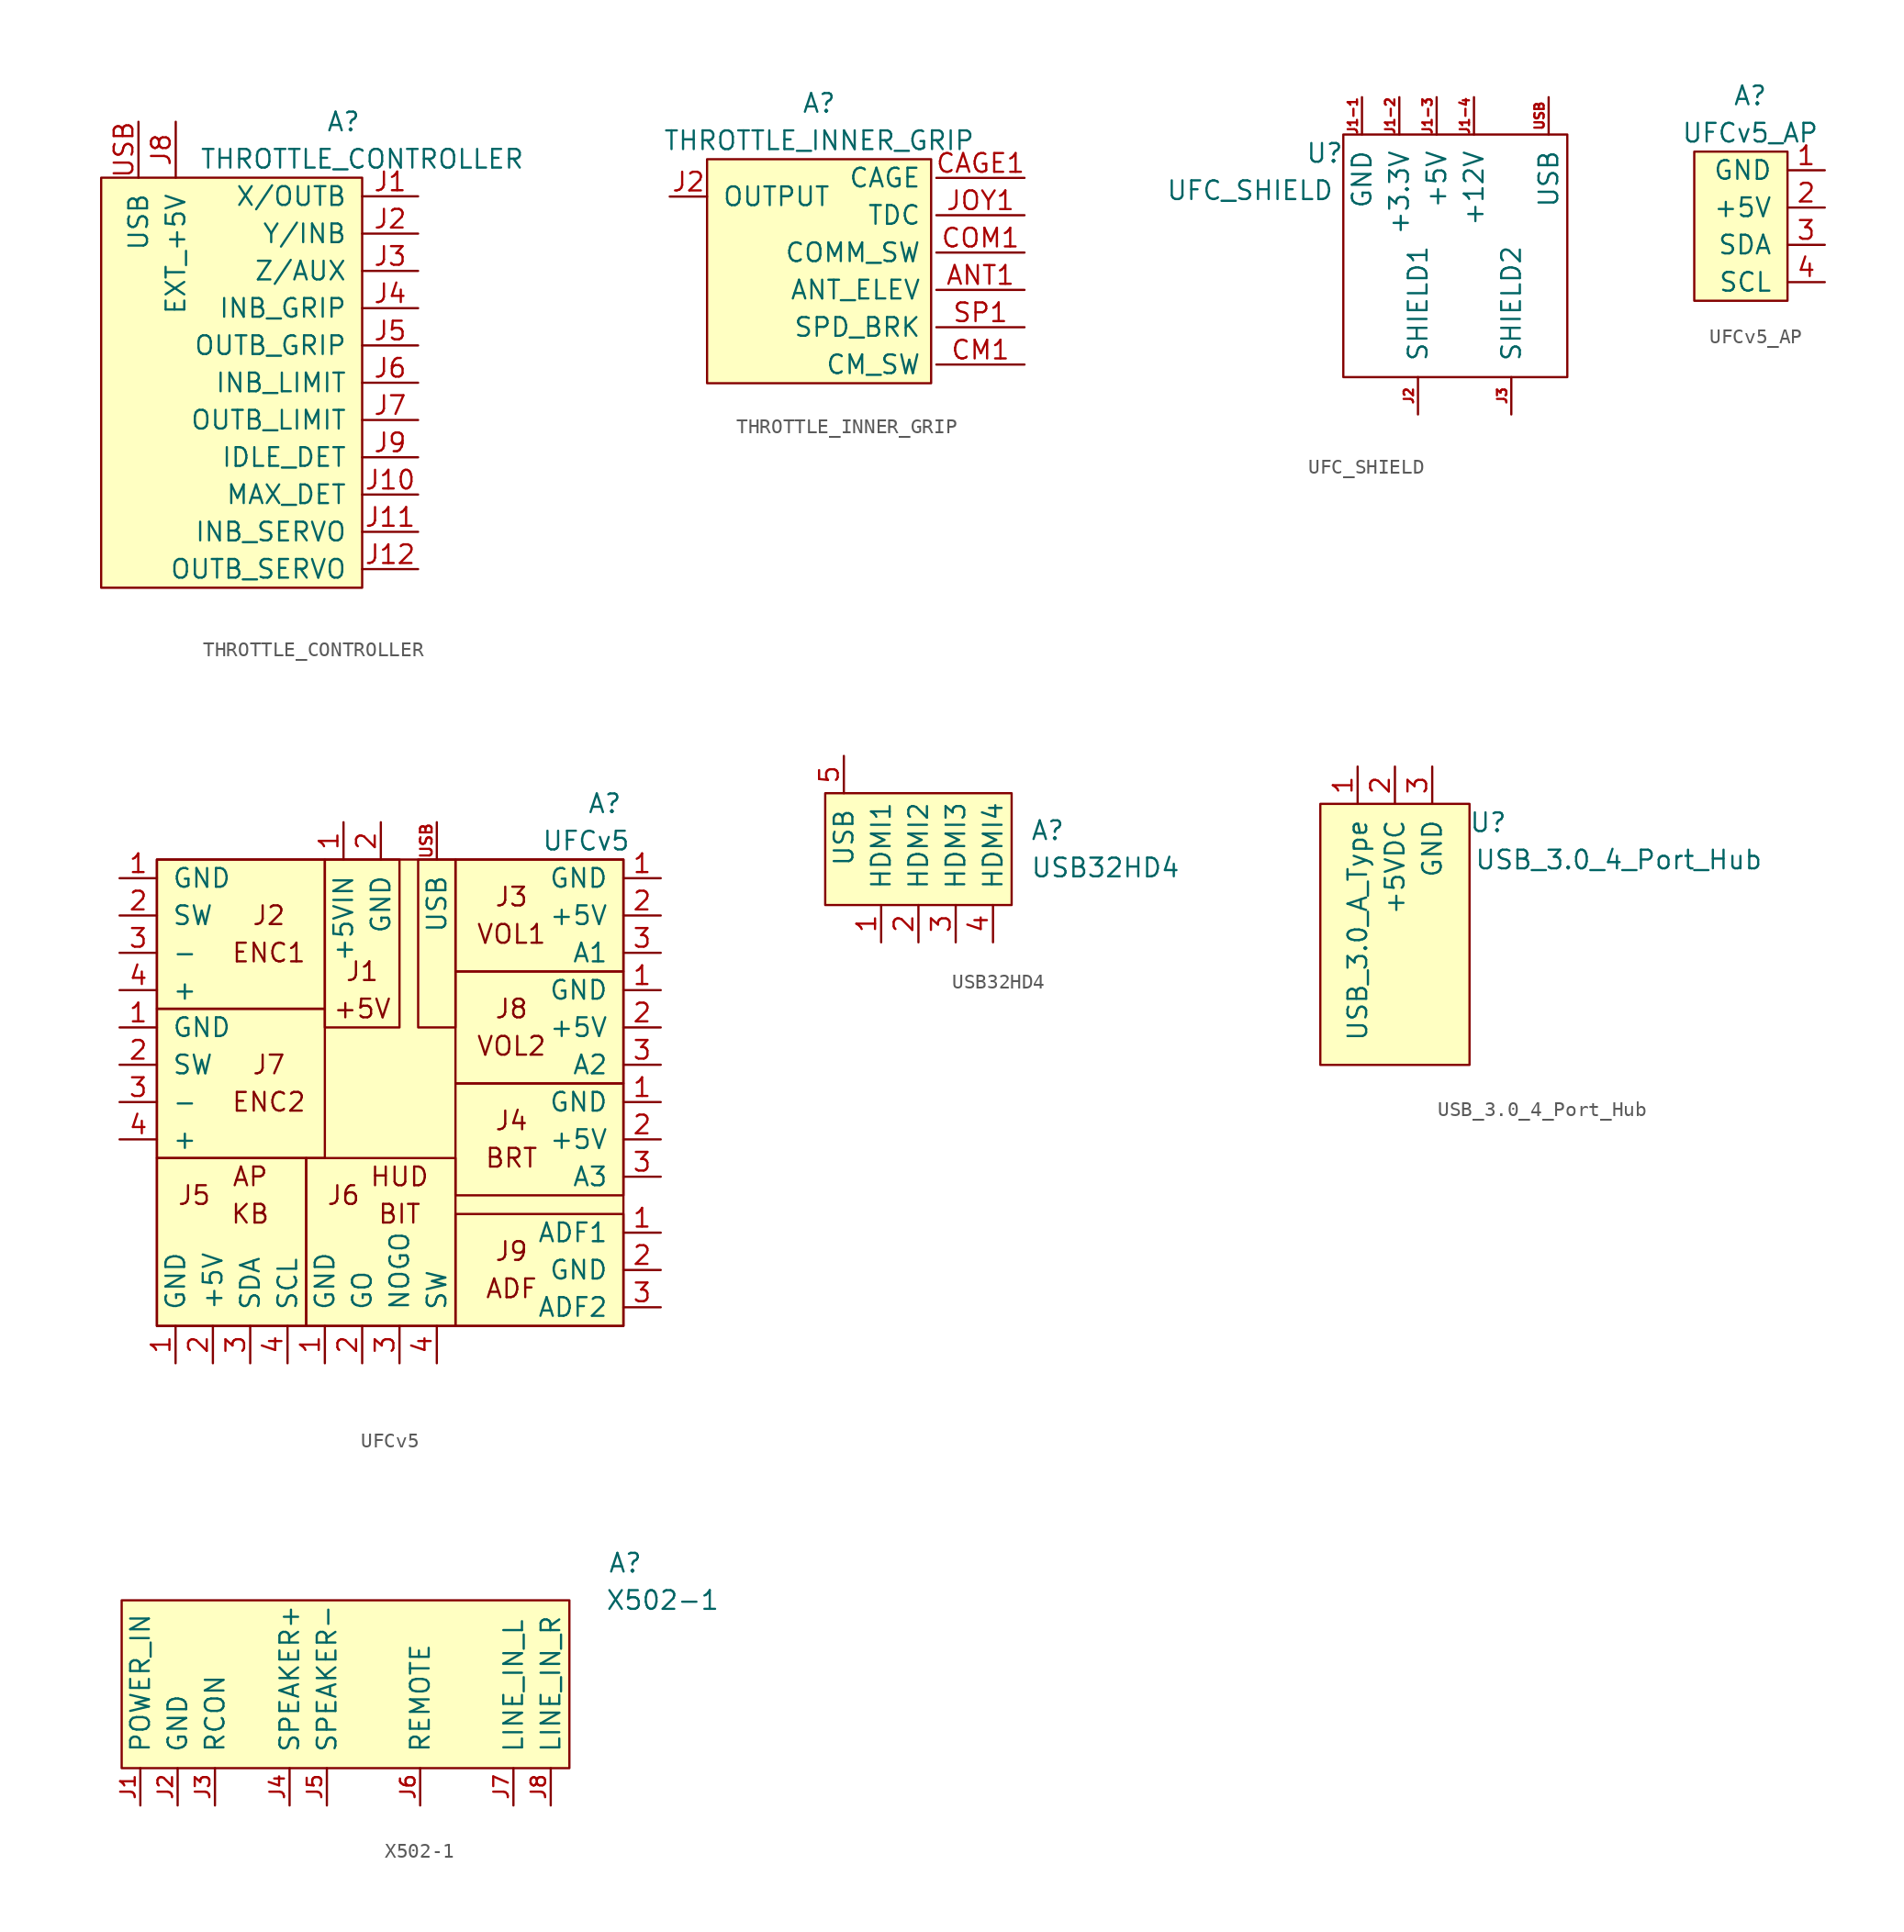
<source format=kicad_sym>
(kicad_symbol_lib
  (version 20211014)
  (generator kicad_symbol_editor)
  (symbol "THROTTLE_CONTROLLER"
    (pin_names
      (offset 1.016))
    (property "Reference" "A"
      (at 6.35 16.51 0)
      (effects (font (size 1.27 1.27))))
    (property "Value" "THROTTLE_CONTROLLER"
      (at 7.62 13.97 0)
      (effects (font (size 1.27 1.27))))
    (symbol "THROTTLE_CONTROLLER_0_0"
      (pin unspecified line (at 11.43 11.43 180) (length 3.81) (name "X/OUTB" (effects (font (size 1.27 1.27)))) (number "J1" (effects (font (size 1.27 1.27)))))
      (pin unspecified line (at 11.43 -8.89 180) (length 3.81) (name "MAX_DET" (effects (font (size 1.27 1.27)))) (number "J10" (effects (font (size 1.27 1.27)))))
      (pin unspecified line (at 11.43 -11.43 180) (length 3.81) (name "INB_SERVO" (effects (font (size 1.27 1.27)))) (number "J11" (effects (font (size 1.27 1.27)))))
      (pin unspecified line (at 11.43 -13.97 180) (length 3.81) (name "OUTB_SERVO" (effects (font (size 1.27 1.27)))) (number "J12" (effects (font (size 1.27 1.27)))))
      (pin unspecified line (at 11.43 8.89 180) (length 3.81) (name "Y/INB" (effects (font (size 1.27 1.27)))) (number "J2" (effects (font (size 1.27 1.27)))))
      (pin unspecified line (at 11.43 6.35 180) (length 3.81) (name "Z/AUX" (effects (font (size 1.27 1.27)))) (number "J3" (effects (font (size 1.27 1.27)))))
      (pin unspecified line (at 11.43 3.81 180) (length 3.81) (name "INB_GRIP" (effects (font (size 1.27 1.27)))) (number "J4" (effects (font (size 1.27 1.27)))))
      (pin unspecified line (at 11.43 1.27 180) (length 3.81) (name "OUTB_GRIP" (effects (font (size 1.27 1.27)))) (number "J5" (effects (font (size 1.27 1.27)))))
      (pin unspecified line (at 11.43 -1.27 180) (length 3.81) (name "INB_LIMIT" (effects (font (size 1.27 1.27)))) (number "J6" (effects (font (size 1.27 1.27)))))
      (pin unspecified line (at 11.43 -3.81 180) (length 3.81) (name "OUTB_LIMIT" (effects (font (size 1.27 1.27)))) (number "J7" (effects (font (size 1.27 1.27)))))
      (pin unspecified line (at -5.08 16.51 270) (length 3.81) (name "EXT_+5V" (effects (font (size 1.27 1.27)))) (number "J8" (effects (font (size 1.27 1.27)))))
      (pin unspecified line (at 11.43 -6.35 180) (length 3.81) (name "IDLE_DET" (effects (font (size 1.27 1.27)))) (number "J9" (effects (font (size 1.27 1.27)))))
      (pin unspecified line (at -7.62 16.51 270) (length 3.81) (name "USB" (effects (font (size 1.27 1.27)))) (number "USB" (effects (font (size 1.27 1.27))))))
    (symbol "THROTTLE_CONTROLLER_0_1"
      (rectangle (start -10.16 12.7) (end 7.62 -15.24) (stroke (width 0) (type default) (color 0 0 0 0)) (fill (type background)))))
  (symbol "THROTTLE_INNER_GRIP"
    (pin_names
      (offset 1.016))
    (property "Reference" "A"
      (at 0 11.43 0)
      (effects (font (size 1.27 1.27))))
    (property "Value" "THROTTLE_INNER_GRIP"
      (at 0 8.89 0)
      (effects (font (size 1.27 1.27))))
    (symbol "THROTTLE_INNER_GRIP_0_0"
      (pin unspecified line (at 13.97 -1.27 180) (length 5.994) (name "ANT_ELEV" (effects (font (size 1.27 1.27)))) (number "ANT1" (effects (font (size 1.27 1.27)))))
      (pin unspecified line (at 13.97 6.35 180) (length 5.994) (name "CAGE" (effects (font (size 1.27 1.27)))) (number "CAGE1" (effects (font (size 1.27 1.27)))))
      (pin unspecified line (at 13.97 -6.35 180) (length 5.994) (name "CM_SW" (effects (font (size 1.27 1.27)))) (number "CM1" (effects (font (size 1.27 1.27)))))
      (pin unspecified line (at 13.97 1.27 180) (length 5.994) (name "COMM_SW" (effects (font (size 1.27 1.27)))) (number "COM1" (effects (font (size 1.27 1.27)))))
      (pin unspecified line (at -10.16 5.08 0) (length 2.54) (name "OUTPUT" (effects (font (size 1.27 1.27)))) (number "J2" (effects (font (size 1.27 1.27)))))
      (pin unspecified line (at 13.97 3.81 180) (length 5.994) (name "TDC" (effects (font (size 1.27 1.27)))) (number "JOY1" (effects (font (size 1.27 1.27)))))
      (pin unspecified line (at 13.97 -3.81 180) (length 5.994) (name "SPD_BRK" (effects (font (size 1.27 1.27)))) (number "SP1" (effects (font (size 1.27 1.27))))))
    (symbol "THROTTLE_INNER_GRIP_0_1"
      (rectangle (start -7.62 7.62) (end 7.62 -7.62) (stroke (width 0) (type default) (color 0 0 0 0)) (fill (type background)))))
  (symbol "UFC_SHIELD"
    (pin_names
      (offset 1.016))
    (property "Reference" "U"
      (at -8.89 6.35 0)
      (effects (font (size 1.27 1.27))))
    (property "Value" "UFC_SHIELD"
      (at -13.97 3.81 0)
      (effects (font (size 1.27 1.27))))
    (symbol "UFC_SHIELD_0_0"
      (pin power_out line (at -6.35 10.16 270) (length 2.54) (name "GND" (effects (font (size 1.27 1.27)))) (number "J1-1" (effects (font (size 0.635 0.635)))))
      (pin power_in line (at -3.81 10.16 270) (length 2.54) (name "+3.3V" (effects (font (size 1.27 1.27)))) (number "J1-2" (effects (font (size 0.635 0.635)))))
      (pin power_in line (at -1.27 10.16 270) (length 2.54) (name "+5V" (effects (font (size 1.27 1.27)))) (number "J1-3" (effects (font (size 0.635 0.635)))))
      (pin power_in line (at 1.27 10.16 270) (length 2.54) (name "+12V" (effects (font (size 1.27 1.27)))) (number "J1-4" (effects (font (size 0.635 0.635)))))
      (pin bidirectional line (at -2.54 -11.43 90) (length 2.54) (name "SHIELD1" (effects (font (size 1.27 1.27)))) (number "J2" (effects (font (size 0.635 0.635)))))
      (pin bidirectional line (at 3.81 -11.43 90) (length 2.54) (name "SHIELD2" (effects (font (size 1.27 1.27)))) (number "J3" (effects (font (size 0.635 0.635)))))
      (pin bidirectional line (at 6.35 10.16 270) (length 2.54) (name "USB" (effects (font (size 1.27 1.27)))) (number "USB" (effects (font (size 0.635 0.635))))))
    (symbol "UFC_SHIELD_0_1"
      (rectangle (start -7.62 7.62) (end 7.62 -8.89) (stroke (width 0) (type default) (color 0 0 0 0)) (fill (type none)))))
  (symbol "UFCv5_AP"
    (pin_names
      (offset 1.016))
    (property "Reference" "A"
      (at 0 8.89 0)
      (effects (font (size 1.27 1.27))))
    (property "Value" "UFCv5_AP"
      (at 0 6.35 0)
      (effects (font (size 1.27 1.27))))
    (symbol "UFCv5_AP_0_0"
      (rectangle (start 2.54 5.08) (end -3.81 -5.08) (stroke (width 0) (type default) (color 0 0 0 0)) (fill (type background)))
      (pin unspecified line (at 5.08 3.81 180) (length 2.54) (name "GND" (effects (font (size 1.27 1.27)))) (number "1" (effects (font (size 1.27 1.27)))))
      (pin unspecified line (at 5.08 1.27 180) (length 2.54) (name "+5V" (effects (font (size 1.27 1.27)))) (number "2" (effects (font (size 1.27 1.27)))))
      (pin unspecified line (at 5.08 -1.27 180) (length 2.54) (name "SDA" (effects (font (size 1.27 1.27)))) (number "3" (effects (font (size 1.27 1.27)))))
      (pin unspecified line (at 5.08 -3.81 180) (length 2.54) (name "SCL" (effects (font (size 1.27 1.27)))) (number "4" (effects (font (size 1.27 1.27)))))))
  (symbol "UFCv5"
    (pin_names
      (offset 1.016))
    (property "Reference" "A"
      (at 13.97 19.05 0)
      (effects (font (size 1.27 1.27))))
    (property "Value" "UFCv5"
      (at 12.7 16.51 0)
      (effects (font (size 1.27 1.27))))
    (symbol "UFCv5_0_0"
      (rectangle (start -16.51 -16.51) (end -6.35 -5.08) (stroke (width 0) (type default) (color 0 0 0 0)) (fill (type none)))
      (rectangle (start -16.51 5.08) (end -5.08 -5.08) (stroke (width 0) (type default) (color 0 0 0 0)) (fill (type none)))
      (rectangle (start -16.51 15.24) (end -5.08 5.08) (stroke (width 0) (type default) (color 0 0 0 0)) (fill (type none)))
      (rectangle (start -16.51 15.24) (end 15.24 -16.51) (stroke (width 0) (type default) (color 0 0 0 0)) (fill (type background)))
      (rectangle (start -6.35 -16.51) (end 3.81 -5.08) (stroke (width 0) (type default) (color 0 0 0 0)) (fill (type none)))
      (rectangle (start -5.08 15.24) (end 0 3.81) (stroke (width 0) (type default) (color 0 0 0 0)) (fill (type none)))
      (rectangle (start 1.27 15.24) (end 3.81 3.81) (stroke (width 0) (type default) (color 0 0 0 0)) (fill (type none)))
      (rectangle (start 15.24 -8.89) (end 3.81 -16.51) (stroke (width 0) (type default) (color 0 0 0 0)) (fill (type none)))
      (rectangle (start 15.24 0) (end 3.81 -7.62) (stroke (width 0) (type default) (color 0 0 0 0)) (fill (type none)))
      (rectangle (start 15.24 7.62) (end 3.81 0) (stroke (width 0) (type default) (color 0 0 0 0)) (fill (type none)))
      (rectangle (start 15.24 15.24) (end 3.81 7.62) (stroke (width 0) (type default) (color 0 0 0 0)) (fill (type none)))
      (text "+5V" (at -2.54 5.08 0) (effects (font (size 1.27 1.27))))
      (text "ADF" (at 7.62 -13.97 0) (effects (font (size 1.27 1.27))))
      (text "AP" (at -10.16 -6.35 0) (effects (font (size 1.27 1.27))))
      (text "BIT" (at 0 -8.89 0) (effects (font (size 1.27 1.27))))
      (text "BRT" (at 7.62 -5.08 0) (effects (font (size 1.27 1.27))))
      (text "ENC1" (at -8.89 8.89 0) (effects (font (size 1.27 1.27))))
      (text "ENC2" (at -8.89 -1.27 0) (effects (font (size 1.27 1.27))))
      (text "HUD" (at 0 -6.35 0) (effects (font (size 1.27 1.27))))
      (text "J1" (at -2.54 7.62 0) (effects (font (size 1.27 1.27))))
      (text "J2" (at -8.89 11.43 0) (effects (font (size 1.27 1.27))))
      (text "J3" (at 7.62 12.7 0) (effects (font (size 1.27 1.27))))
      (text "J4" (at 7.62 -2.54 0) (effects (font (size 1.27 1.27))))
      (text "J5" (at -13.97 -7.62 0) (effects (font (size 1.27 1.27))))
      (text "J6" (at -3.81 -7.62 0) (effects (font (size 1.27 1.27))))
      (text "J7" (at -8.89 1.27 0) (effects (font (size 1.27 1.27))))
      (text "J8" (at 7.62 5.08 0) (effects (font (size 1.27 1.27))))
      (text "J9" (at 7.62 -11.43 0) (effects (font (size 1.27 1.27))))
      (text "KB" (at -10.16 -8.89 0) (effects (font (size 1.27 1.27))))
      (text "VOL1" (at 7.62 10.16 0) (effects (font (size 1.27 1.27))))
      (text "VOL2" (at 7.62 2.54 0) (effects (font (size 1.27 1.27))))
      (pin unspecified line (at -3.81 17.78 270) (length 2.54) (name "+5VIN" (effects (font (size 1.27 1.27)))) (number "1" (effects (font (size 1.27 1.27)))))
      (pin unspecified line (at 17.78 -10.16 180) (length 2.54) (name "ADF1" (effects (font (size 1.27 1.27)))) (number "1" (effects (font (size 1.27 1.27)))))
      (pin unspecified line (at -19.05 3.81 0) (length 2.54) (name "GND" (effects (font (size 1.27 1.27)))) (number "1" (effects (font (size 1.27 1.27)))))
      (pin unspecified line (at -19.05 13.97 0) (length 2.54) (name "GND" (effects (font (size 1.27 1.27)))) (number "1" (effects (font (size 1.27 1.27)))))
      (pin unspecified line (at -15.24 -19.05 90) (length 2.54) (name "GND" (effects (font (size 1.27 1.27)))) (number "1" (effects (font (size 1.27 1.27)))))
      (pin unspecified line (at -5.08 -19.05 90) (length 2.54) (name "GND" (effects (font (size 1.27 1.27)))) (number "1" (effects (font (size 1.27 1.27)))))
      (pin unspecified line (at 17.78 -1.27 180) (length 2.54) (name "GND" (effects (font (size 1.27 1.27)))) (number "1" (effects (font (size 1.27 1.27)))))
      (pin unspecified line (at 17.78 6.35 180) (length 2.54) (name "GND" (effects (font (size 1.27 1.27)))) (number "1" (effects (font (size 1.27 1.27)))))
      (pin unspecified line (at 17.78 13.97 180) (length 2.54) (name "GND" (effects (font (size 1.27 1.27)))) (number "1" (effects (font (size 1.27 1.27)))))
      (pin unspecified line (at -12.7 -19.05 90) (length 2.54) (name "+5V" (effects (font (size 1.27 1.27)))) (number "2" (effects (font (size 1.27 1.27)))))
      (pin unspecified line (at 17.78 -3.81 180) (length 2.54) (name "+5V" (effects (font (size 1.27 1.27)))) (number "2" (effects (font (size 1.27 1.27)))))
      (pin unspecified line (at 17.78 3.81 180) (length 2.54) (name "+5V" (effects (font (size 1.27 1.27)))) (number "2" (effects (font (size 1.27 1.27)))))
      (pin unspecified line (at 17.78 11.43 180) (length 2.54) (name "+5V" (effects (font (size 1.27 1.27)))) (number "2" (effects (font (size 1.27 1.27)))))
      (pin unspecified line (at -1.27 17.78 270) (length 2.54) (name "GND" (effects (font (size 1.27 1.27)))) (number "2" (effects (font (size 1.27 1.27)))))
      (pin unspecified line (at 17.78 -12.7 180) (length 2.54) (name "GND" (effects (font (size 1.27 1.27)))) (number "2" (effects (font (size 1.27 1.27)))))
      (pin unspecified line (at -2.54 -19.05 90) (length 2.54) (name "GO" (effects (font (size 1.27 1.27)))) (number "2" (effects (font (size 1.27 1.27)))))
      (pin unspecified line (at -19.05 1.27 0) (length 2.54) (name "SW" (effects (font (size 1.27 1.27)))) (number "2" (effects (font (size 1.27 1.27)))))
      (pin unspecified line (at -19.05 11.43 0) (length 2.54) (name "SW" (effects (font (size 1.27 1.27)))) (number "2" (effects (font (size 1.27 1.27)))))
      (pin unspecified line (at -19.05 -1.27 0) (length 2.54) (name "-" (effects (font (size 1.27 1.27)))) (number "3" (effects (font (size 1.27 1.27)))))
      (pin unspecified line (at -19.05 8.89 0) (length 2.54) (name "-" (effects (font (size 1.27 1.27)))) (number "3" (effects (font (size 1.27 1.27)))))
      (pin unspecified line (at 17.78 8.89 180) (length 2.54) (name "A1" (effects (font (size 1.27 1.27)))) (number "3" (effects (font (size 1.27 1.27)))))
      (pin unspecified line (at 17.78 1.27 180) (length 2.54) (name "A2" (effects (font (size 1.27 1.27)))) (number "3" (effects (font (size 1.27 1.27)))))
      (pin unspecified line (at 17.78 -6.35 180) (length 2.54) (name "A3" (effects (font (size 1.27 1.27)))) (number "3" (effects (font (size 1.27 1.27)))))
      (pin unspecified line (at 17.78 -15.24 180) (length 2.54) (name "ADF2" (effects (font (size 1.27 1.27)))) (number "3" (effects (font (size 1.27 1.27)))))
      (pin unspecified line (at 0 -19.05 90) (length 2.54) (name "NOGO" (effects (font (size 1.27 1.27)))) (number "3" (effects (font (size 1.27 1.27)))))
      (pin unspecified line (at -10.16 -19.05 90) (length 2.54) (name "SDA" (effects (font (size 1.27 1.27)))) (number "3" (effects (font (size 1.27 1.27)))))
      (pin unspecified line (at -19.05 -3.81 0) (length 2.54) (name "+" (effects (font (size 1.27 1.27)))) (number "4" (effects (font (size 1.27 1.27)))))
      (pin unspecified line (at -19.05 6.35 0) (length 2.54) (name "+" (effects (font (size 1.27 1.27)))) (number "4" (effects (font (size 1.27 1.27)))))
      (pin unspecified line (at -7.62 -19.05 90) (length 2.54) (name "SCL" (effects (font (size 1.27 1.27)))) (number "4" (effects (font (size 1.27 1.27)))))
      (pin unspecified line (at 2.54 -19.05 90) (length 2.54) (name "SW" (effects (font (size 1.27 1.27)))) (number "4" (effects (font (size 1.27 1.27)))))
      (pin unspecified line (at 2.54 17.78 270) (length 2.54) (name "USB" (effects (font (size 1.27 1.27)))) (number "USB" (effects (font (size 0.787 0.787)))))))
  (symbol "USB32HD4"
    (pin_names
      (offset 1.016))
    (property "Reference" "A"
      (at 7.62 1.27 0)
      (effects (font (size 1.27 1.27)) (justify left)))
    (property "Value" "USB32HD4"
      (at 7.62 -1.27 0)
      (effects (font (size 1.27 1.27)) (justify left)))
    (symbol "USB32HD4_0_0"
      (pin unspecified line (at -2.54 -6.35 90) (length 2.54) (name "HDMI1" (effects (font (size 1.27 1.27)))) (number "1" (effects (font (size 1.27 1.27)))))
      (pin unspecified line (at 0 -6.35 90) (length 2.54) (name "HDMI2" (effects (font (size 1.27 1.27)))) (number "2" (effects (font (size 1.27 1.27)))))
      (pin unspecified line (at 2.54 -6.35 90) (length 2.54) (name "HDMI3" (effects (font (size 1.27 1.27)))) (number "3" (effects (font (size 1.27 1.27)))))
      (pin unspecified line (at 5.08 -6.35 90) (length 2.54) (name "HDMI4" (effects (font (size 1.27 1.27)))) (number "4" (effects (font (size 1.27 1.27)))))
      (pin unspecified line (at -5.08 6.35 270) (length 2.54) (name "USB" (effects (font (size 1.27 1.27)))) (number "5" (effects (font (size 1.27 1.27))))))
    (symbol "USB32HD4_0_1"
      (rectangle (start -6.35 3.81) (end 6.35 -3.81) (stroke (width 0) (type default) (color 0 0 0 0)) (fill (type background)))))
  (symbol "USB_3.0_4_Port_Hub"
    (pin_names
      (offset 1.016))
    (property "Reference" "U"
      (at 6.35 7.62 0)
      (effects (font (size 1.27 1.27))))
    (property "Value" "USB_3.0_4_Port_Hub"
      (at 15.24 5.08 0)
      (effects (font (size 1.27 1.27))))
    (symbol "USB_3.0_4_Port_Hub_0_0"
      (pin unspecified line (at -2.54 11.43 270) (length 2.54) (name "USB_3.0_A_Type" (effects (font (size 1.27 1.27)))) (number "1" (effects (font (size 1.27 1.27)))))
      (pin unspecified line (at 0 11.43 270) (length 2.54) (name "+5VDC" (effects (font (size 1.27 1.27)))) (number "2" (effects (font (size 1.27 1.27)))))
      (pin unspecified line (at 2.54 11.43 270) (length 2.54) (name "GND" (effects (font (size 1.27 1.27)))) (number "3" (effects (font (size 1.27 1.27))))))
    (symbol "USB_3.0_4_Port_Hub_0_1"
      (rectangle (start -5.08 8.89) (end 5.08 -8.89) (stroke (width 0) (type default) (color 0 0 0 0)) (fill (type background)))))
  (symbol "X502-1"
    (pin_names
      (offset 1.016))
    (property "Reference" "A"
      (at 15.24 13.97 0)
      (effects (font (size 1.27 1.27))))
    (property "Value" "X502-1"
      (at 17.78 11.43 0)
      (effects (font (size 1.27 1.27))))
    (symbol "X502-1_0_0"
      (pin unspecified line (at -17.78 -2.54 90) (length 2.54) (name "POWER_IN" (effects (font (size 1.27 1.27)))) (number "J1" (effects (font (size 0.991 0.991)))))
      (pin unspecified line (at -15.24 -2.54 90) (length 2.54) (name "GND" (effects (font (size 1.27 1.27)))) (number "J2" (effects (font (size 0.991 0.991)))))
      (pin unspecified line (at -12.7 -2.54 90) (length 2.54) (name "RCON" (effects (font (size 1.27 1.27)))) (number "J3" (effects (font (size 0.991 0.991)))))
      (pin unspecified line (at -7.62 -2.54 90) (length 2.54) (name "SPEAKER+" (effects (font (size 1.27 1.27)))) (number "J4" (effects (font (size 0.991 0.991)))))
      (pin unspecified line (at -5.08 -2.54 90) (length 2.54) (name "SPEAKER-" (effects (font (size 1.27 1.27)))) (number "J5" (effects (font (size 0.991 0.991)))))
      (pin unspecified line (at 1.27 -2.54 90) (length 2.54) (name "REMOTE" (effects (font (size 1.27 1.27)))) (number "J6" (effects (font (size 0.991 0.991)))))
      (pin unspecified line (at 7.62 -2.54 90) (length 2.54) (name "LINE_IN_L" (effects (font (size 1.27 1.27)))) (number "J7" (effects (font (size 0.991 0.991)))))
      (pin unspecified line (at 10.16 -2.54 90) (length 2.54) (name "LINE_IN_R" (effects (font (size 1.27 1.27)))) (number "J8" (effects (font (size 0.991 0.991))))))
    (symbol "X502-1_0_1"
      (rectangle (start 11.43 0) (end -19.05 11.43) (stroke (width 0) (type default) (color 0 0 0 0)) (fill (type background))))))
</source>
